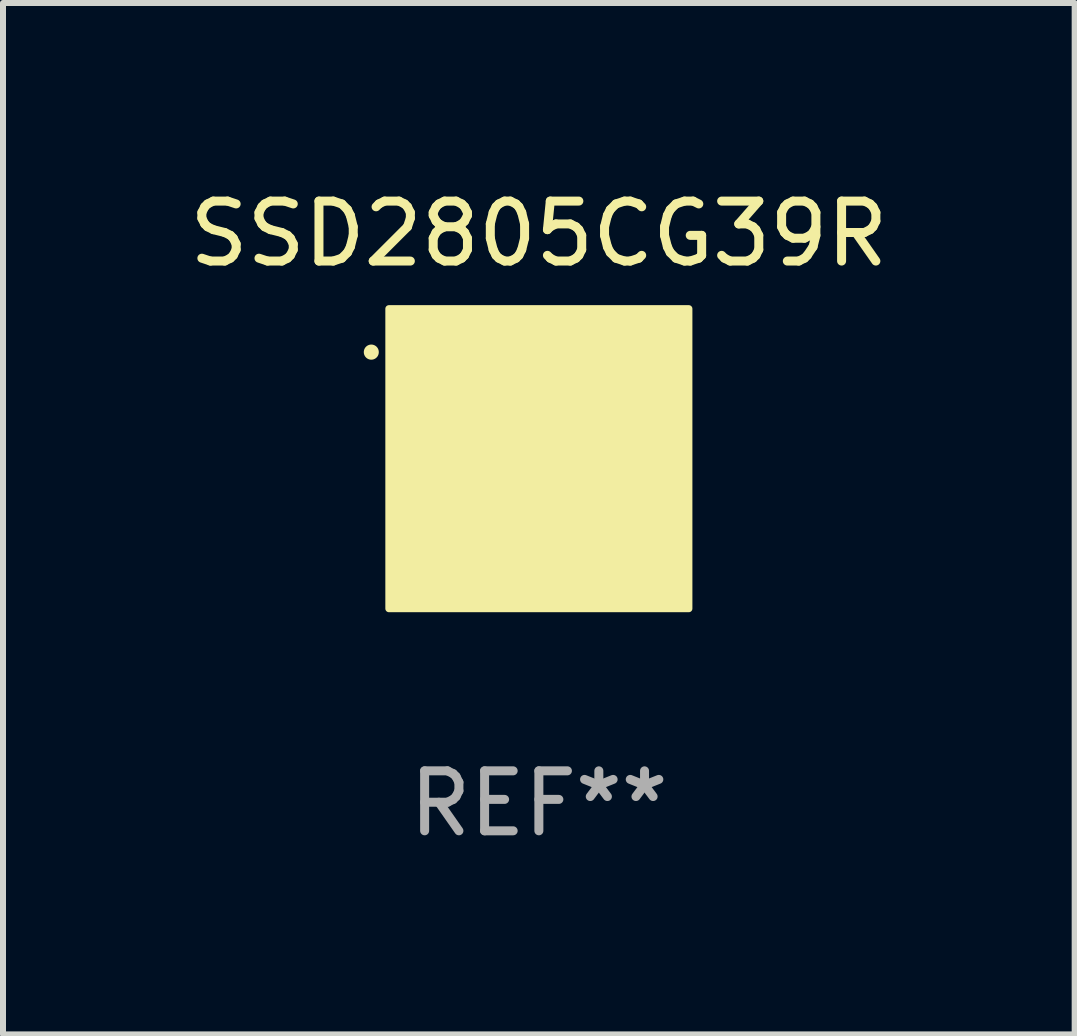
<source format=kicad_pcb>
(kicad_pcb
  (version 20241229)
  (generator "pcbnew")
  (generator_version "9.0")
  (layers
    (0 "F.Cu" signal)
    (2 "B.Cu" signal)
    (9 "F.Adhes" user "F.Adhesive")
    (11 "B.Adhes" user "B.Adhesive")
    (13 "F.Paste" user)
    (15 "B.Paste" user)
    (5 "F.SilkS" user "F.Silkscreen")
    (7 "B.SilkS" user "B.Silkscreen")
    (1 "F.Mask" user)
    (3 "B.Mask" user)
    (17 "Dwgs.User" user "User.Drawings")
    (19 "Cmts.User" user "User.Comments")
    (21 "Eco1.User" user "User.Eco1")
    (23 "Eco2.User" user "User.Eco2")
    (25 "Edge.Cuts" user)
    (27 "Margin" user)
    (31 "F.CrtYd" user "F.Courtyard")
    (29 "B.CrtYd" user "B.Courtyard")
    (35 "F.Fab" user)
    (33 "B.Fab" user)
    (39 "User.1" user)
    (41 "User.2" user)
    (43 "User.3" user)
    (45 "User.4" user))
  (footprint "SSD2805CG39R"
    (layer "F.Cu")
    (at 5.935 4.598)
    (property "Reference" "SSD2805CG39R" (at 0 -3.75 0) (layer "F.SilkS") (effects (font (size 1 1) (thickness 0.15))))
    (attr through_hole)
    (fp_arc (start -2.794006 -1.775464) (mid -2.794012 -1.776734) (end -2.794006 -1.778004) (stroke (width 0.25) (type solid)) (layer "F.SilkS"))
    (fp_poly (pts (xy -2.5 -2.5) (xy 2.5 -2.5) (xy 2.5 2.5) (xy -2.5 2.5)) (stroke (width 0.12) (type solid)) (fill yes) (layer "F.SilkS"))
    (fp_text user "REF**" (at 0 5.75 0) (layer "F.Fab") (effects (font (size 1 1) (thickness 0.15))))
    (pad "A1" smd circle (at -1.75 -1.75) (size 0.3 0.3) (layers "F.Cu" "F.Mask" "F.Paste"))
    (pad "A2" smd circle (at -1.25 -1.75) (size 0.3 0.3) (layers "F.Cu" "F.Mask" "F.Paste"))
    (pad "A3" smd circle (at -0.75 -1.75) (size 0.3 0.3) (layers "F.Cu" "F.Mask" "F.Paste"))
    (pad "A4" smd circle (at -0.25 -1.75) (size 0.3 0.3) (layers "F.Cu" "F.Mask" "F.Paste"))
    (pad "A5" smd circle (at 0.25 -1.75) (size 0.3 0.3) (layers "F.Cu" "F.Mask" "F.Paste"))
    (pad "A6" smd circle (at 0.75 -1.75) (size 0.3 0.3) (layers "F.Cu" "F.Mask" "F.Paste"))
    (pad "A7" smd circle (at 1.25 -1.75) (size 0.3 0.3) (layers "F.Cu" "F.Mask" "F.Paste"))
    (pad "A8" smd circle (at 1.75 -1.75) (size 0.3 0.3) (layers "F.Cu" "F.Mask" "F.Paste"))
    (pad "B1" smd circle (at -1.75 -1.25) (size 0.3 0.3) (layers "F.Cu" "F.Mask" "F.Paste"))
    (pad "B2" smd circle (at -1.25 -1.25) (size 0.3 0.3) (layers "F.Cu" "F.Mask" "F.Paste"))
    (pad "B3" smd circle (at -0.75 -1.25) (size 0.3 0.3) (layers "F.Cu" "F.Mask" "F.Paste"))
    (pad "B4" smd circle (at -0.25 -1.25) (size 0.3 0.3) (layers "F.Cu" "F.Mask" "F.Paste"))
    (pad "B5" smd circle (at 0.25 -1.25) (size 0.3 0.3) (layers "F.Cu" "F.Mask" "F.Paste"))
    (pad "B6" smd circle (at 0.75 -1.25) (size 0.3 0.3) (layers "F.Cu" "F.Mask" "F.Paste"))
    (pad "B7" smd circle (at 1.25 -1.25) (size 0.3 0.3) (layers "F.Cu" "F.Mask" "F.Paste"))
    (pad "B8" smd circle (at 1.75 -1.25) (size 0.3 0.3) (layers "F.Cu" "F.Mask" "F.Paste"))
    (pad "C1" smd circle (at -1.75 -0.75) (size 0.3 0.3) (layers "F.Cu" "F.Mask" "F.Paste"))
    (pad "C2" smd circle (at -1.25 -0.75) (size 0.3 0.3) (layers "F.Cu" "F.Mask" "F.Paste"))
    (pad "C3" smd circle (at -0.75 -0.75) (size 0.3 0.3) (layers "F.Cu" "F.Mask" "F.Paste"))
    (pad "C4" smd circle (at -0.25 -0.75) (size 0.3 0.3) (layers "F.Cu" "F.Mask" "F.Paste"))
    (pad "C5" smd circle (at 0.25 -0.75) (size 0.3 0.3) (layers "F.Cu" "F.Mask" "F.Paste"))
    (pad "C6" smd circle (at 0.75 -0.75) (size 0.3 0.3) (layers "F.Cu" "F.Mask" "F.Paste"))
    (pad "C7" smd circle (at 1.25 -0.75) (size 0.3 0.3) (layers "F.Cu" "F.Mask" "F.Paste"))
    (pad "C8" smd circle (at 1.75 -0.75) (size 0.3 0.3) (layers "F.Cu" "F.Mask" "F.Paste"))
    (pad "D1" smd circle (at -1.75 -0.25) (size 0.3 0.3) (layers "F.Cu" "F.Mask" "F.Paste"))
    (pad "D2" smd circle (at -1.25 -0.25) (size 0.3 0.3) (layers "F.Cu" "F.Mask" "F.Paste"))
    (pad "D3" smd circle (at -0.75 -0.25) (size 0.3 0.3) (layers "F.Cu" "F.Mask" "F.Paste"))
    (pad "D4" smd circle (at -0.25 -0.25) (size 0.3 0.3) (layers "F.Cu" "F.Mask" "F.Paste"))
    (pad "D5" smd circle (at 0.25 -0.25) (size 0.3 0.3) (layers "F.Cu" "F.Mask" "F.Paste"))
    (pad "D6" smd circle (at 0.75 -0.25) (size 0.3 0.3) (layers "F.Cu" "F.Mask" "F.Paste"))
    (pad "D7" smd circle (at 1.25 -0.25) (size 0.3 0.3) (layers "F.Cu" "F.Mask" "F.Paste"))
    (pad "D8" smd circle (at 1.75 -0.25) (size 0.3 0.3) (layers "F.Cu" "F.Mask" "F.Paste"))
    (pad "E1" smd circle (at -1.75 0.25) (size 0.3 0.3) (layers "F.Cu" "F.Mask" "F.Paste"))
    (pad "E2" smd circle (at -1.25 0.25) (size 0.3 0.3) (layers "F.Cu" "F.Mask" "F.Paste"))
    (pad "E3" smd circle (at -0.75 0.25) (size 0.3 0.3) (layers "F.Cu" "F.Mask" "F.Paste"))
    (pad "E4" smd circle (at -0.25 0.25) (size 0.3 0.3) (layers "F.Cu" "F.Mask" "F.Paste"))
    (pad "E5" smd circle (at 0.25 0.25) (size 0.3 0.3) (layers "F.Cu" "F.Mask" "F.Paste"))
    (pad "E6" smd circle (at 0.75 0.25) (size 0.3 0.3) (layers "F.Cu" "F.Mask" "F.Paste"))
    (pad "E7" smd circle (at 1.25 0.25) (size 0.3 0.3) (layers "F.Cu" "F.Mask" "F.Paste"))
    (pad "E8" smd circle (at 1.75 0.25) (size 0.3 0.3) (layers "F.Cu" "F.Mask" "F.Paste"))
    (pad "F1" smd circle (at -1.75 0.75) (size 0.3 0.3) (layers "F.Cu" "F.Mask" "F.Paste"))
    (pad "F2" smd circle (at -1.25 0.75) (size 0.3 0.3) (layers "F.Cu" "F.Mask" "F.Paste"))
    (pad "F3" smd circle (at -0.75 0.75) (size 0.3 0.3) (layers "F.Cu" "F.Mask" "F.Paste"))
    (pad "F4" smd circle (at -0.25 0.75) (size 0.3 0.3) (layers "F.Cu" "F.Mask" "F.Paste"))
    (pad "F5" smd circle (at 0.25 0.75) (size 0.3 0.3) (layers "F.Cu" "F.Mask" "F.Paste"))
    (pad "F6" smd circle (at 0.75 0.75) (size 0.3 0.3) (layers "F.Cu" "F.Mask" "F.Paste"))
    (pad "F7" smd circle (at 1.25 0.75) (size 0.3 0.3) (layers "F.Cu" "F.Mask" "F.Paste"))
    (pad "F8" smd circle (at 1.75 0.75) (size 0.3 0.3) (layers "F.Cu" "F.Mask" "F.Paste"))
    (pad "G1" smd circle (at -1.75 1.25) (size 0.3 0.3) (layers "F.Cu" "F.Mask" "F.Paste"))
    (pad "G2" smd circle (at -1.25 1.25) (size 0.3 0.3) (layers "F.Cu" "F.Mask" "F.Paste"))
    (pad "G3" smd circle (at -0.75 1.25) (size 0.3 0.3) (layers "F.Cu" "F.Mask" "F.Paste"))
    (pad "G4" smd circle (at -0.25 1.25) (size 0.3 0.3) (layers "F.Cu" "F.Mask" "F.Paste"))
    (pad "G5" smd circle (at 0.25 1.25) (size 0.3 0.3) (layers "F.Cu" "F.Mask" "F.Paste"))
    (pad "G6" smd circle (at 0.75 1.25) (size 0.3 0.3) (layers "F.Cu" "F.Mask" "F.Paste"))
    (pad "G7" smd circle (at 1.25 1.25) (size 0.3 0.3) (layers "F.Cu" "F.Mask" "F.Paste"))
    (pad "G8" smd circle (at 1.75 1.25) (size 0.3 0.3) (layers "F.Cu" "F.Mask" "F.Paste"))
    (pad "H1" smd circle (at -1.75 1.75) (size 0.3 0.3) (layers "F.Cu" "F.Mask" "F.Paste"))
    (pad "H2" smd circle (at -1.25 1.75) (size 0.3 0.3) (layers "F.Cu" "F.Mask" "F.Paste"))
    (pad "H3" smd circle (at -0.75 1.75) (size 0.3 0.3) (layers "F.Cu" "F.Mask" "F.Paste"))
    (pad "H4" smd circle (at -0.25 1.75) (size 0.3 0.3) (layers "F.Cu" "F.Mask" "F.Paste"))
    (pad "H5" smd circle (at 0.25 1.75) (size 0.3 0.3) (layers "F.Cu" "F.Mask" "F.Paste"))
    (pad "H6" smd circle (at 0.75 1.75) (size 0.3 0.3) (layers "F.Cu" "F.Mask" "F.Paste"))
    (pad "H7" smd circle (at 1.25 1.75) (size 0.3 0.3) (layers "F.Cu" "F.Mask" "F.Paste"))
    (pad "H8" smd circle (at 1.75 1.75) (size 0.3 0.3) (layers "F.Cu" "F.Mask" "F.Paste")))
  (gr_rect
    (start -3 -3)
    (end 14.869 14.197)
    (stroke (width 0.1) (type default))
    (fill no)
    (layer "Edge.Cuts")))
</source>
